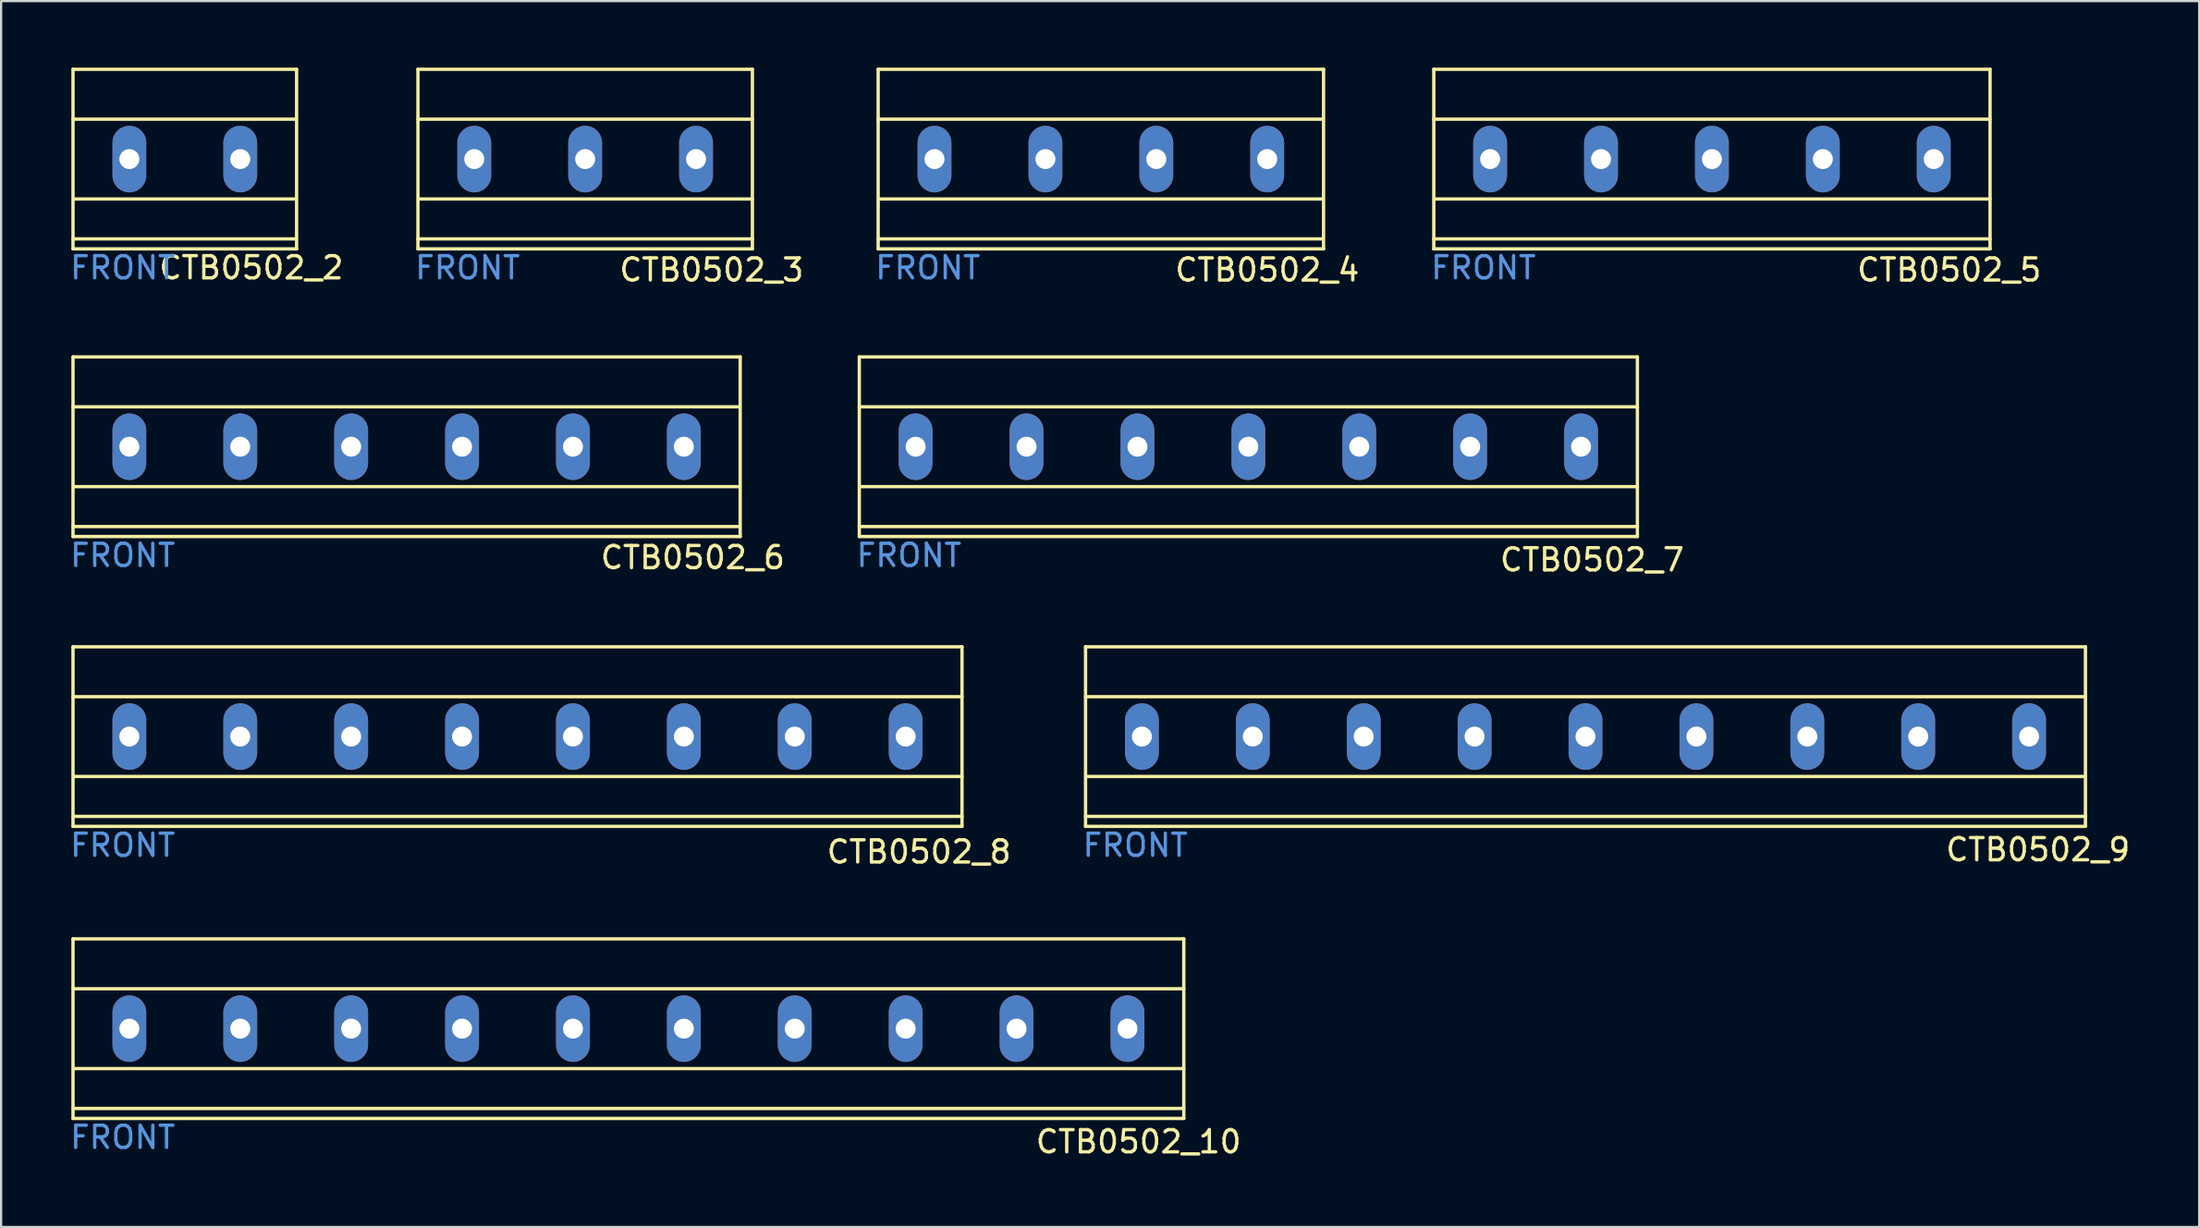
<source format=kicad_pcb>
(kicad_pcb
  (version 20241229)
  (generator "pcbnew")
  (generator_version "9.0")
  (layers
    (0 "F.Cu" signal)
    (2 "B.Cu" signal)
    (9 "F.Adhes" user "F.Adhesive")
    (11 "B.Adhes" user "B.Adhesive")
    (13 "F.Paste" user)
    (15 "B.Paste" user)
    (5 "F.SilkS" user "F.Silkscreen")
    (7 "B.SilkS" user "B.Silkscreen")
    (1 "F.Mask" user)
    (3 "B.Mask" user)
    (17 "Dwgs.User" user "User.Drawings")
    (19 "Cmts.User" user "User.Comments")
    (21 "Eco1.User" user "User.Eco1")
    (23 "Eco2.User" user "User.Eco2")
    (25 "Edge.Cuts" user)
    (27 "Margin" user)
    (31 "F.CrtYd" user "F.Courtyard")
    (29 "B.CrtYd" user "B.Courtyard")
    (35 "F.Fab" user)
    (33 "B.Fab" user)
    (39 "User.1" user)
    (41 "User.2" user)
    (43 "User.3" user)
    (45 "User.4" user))
  (footprint "CTB0502_10"
    (layer "F.Cu")
    (at 2.782 43.345)
    (property "Reference" "CTB0502_10" (at 45.5 5.1 0) (layer "F.SilkS") (effects (font (size 1 1) (thickness 0.15))))
    (attr through_hole)
    (fp_line (start -2.54 -4.05) (end 47.54 -4.05) (stroke (width 0.15) (type solid)) (layer "F.SilkS"))
    (fp_line (start -2.54 -1.8) (end 47.54 -1.8) (stroke (width 0.15) (type solid)) (layer "F.SilkS"))
    (fp_line (start -2.54 3.6) (end 47.54 3.6) (stroke (width 0.15) (type solid)) (layer "F.SilkS"))
    (fp_line (start -2.54 4.05) (end -2.54 -4.05) (stroke (width 0.15) (type solid)) (layer "F.SilkS"))
    (fp_line (start -2.5 1.8) (end 47.54 1.8) (stroke (width 0.15) (type solid)) (layer "F.SilkS"))
    (fp_line (start 47.54 -4.05) (end 47.54 4.05) (stroke (width 0.15) (type solid)) (layer "F.SilkS"))
    (fp_line (start 47.54 4.05) (end -2.54 4.05) (stroke (width 0.15) (type solid)) (layer "F.SilkS"))
    (fp_text user "FRONT" (at -0.3 4.9 0) (layer "Cmts.User") (effects (font (size 1 1) (thickness 0.15))))
    (pad "1" thru_hole oval (at 0 0) (size 1.524 3) (drill 0.9) (layers "*.Cu" "*.Mask"))
    (pad "2" thru_hole oval (at 5 0) (size 1.524 3) (drill 0.9) (layers "*.Cu" "*.Mask"))
    (pad "3" thru_hole oval (at 10 0) (size 1.524 3) (drill 0.9) (layers "*.Cu" "*.Mask"))
    (pad "4" thru_hole oval (at 15 0) (size 1.524 3) (drill 0.9) (layers "*.Cu" "*.Mask"))
    (pad "5" thru_hole oval (at 20 0) (size 1.524 3) (drill 0.9) (layers "*.Cu" "*.Mask"))
    (pad "6" thru_hole oval (at 25 0) (size 1.524 3) (drill 0.9) (layers "*.Cu" "*.Mask"))
    (pad "7" thru_hole oval (at 30 0) (size 1.524 3) (drill 0.9) (layers "*.Cu" "*.Mask"))
    (pad "8" thru_hole oval (at 35 0) (size 1.524 3) (drill 0.9) (layers "*.Cu" "*.Mask"))
    (pad "9" thru_hole oval (at 40 0) (size 1.524 3) (drill 0.9) (layers "*.Cu" "*.Mask"))
    (pad "10" thru_hole oval (at 45 0) (size 1.524 3) (drill 0.9) (layers "*.Cu" "*.Mask")))
  (footprint "CTB0502_7"
    (layer "F.Cu")
    (at 38.232 17.098)
    (property "Reference" "CTB0502_7" (at 30.5 5.1 0) (layer "F.SilkS") (effects (font (size 1 1) (thickness 0.15))))
    (attr through_hole)
    (fp_line (start -2.54 -4.05) (end 32.54 -4.05) (stroke (width 0.15) (type solid)) (layer "F.SilkS"))
    (fp_line (start -2.54 -1.8) (end 32.54 -1.8) (stroke (width 0.15) (type solid)) (layer "F.SilkS"))
    (fp_line (start -2.54 3.6) (end 32.54 3.6) (stroke (width 0.15) (type solid)) (layer "F.SilkS"))
    (fp_line (start -2.54 4.05) (end -2.54 -4.05) (stroke (width 0.15) (type solid)) (layer "F.SilkS"))
    (fp_line (start -2.5 1.8) (end 32.54 1.8) (stroke (width 0.15) (type solid)) (layer "F.SilkS"))
    (fp_line (start 32.54 -4.05) (end 32.54 4.05) (stroke (width 0.15) (type solid)) (layer "F.SilkS"))
    (fp_line (start 32.54 4.05) (end -2.54 4.05) (stroke (width 0.15) (type solid)) (layer "F.SilkS"))
    (fp_text user "FRONT" (at -0.3 4.9 0) (layer "Cmts.User") (effects (font (size 1 1) (thickness 0.15))))
    (pad "1" thru_hole oval (at 0 0) (size 1.524 3) (drill 0.9) (layers "*.Cu" "*.Mask"))
    (pad "2" thru_hole oval (at 5 0) (size 1.524 3) (drill 0.9) (layers "*.Cu" "*.Mask"))
    (pad "3" thru_hole oval (at 10 0) (size 1.524 3) (drill 0.9) (layers "*.Cu" "*.Mask"))
    (pad "4" thru_hole oval (at 15 0) (size 1.524 3) (drill 0.9) (layers "*.Cu" "*.Mask"))
    (pad "5" thru_hole oval (at 20 0) (size 1.524 3) (drill 0.9) (layers "*.Cu" "*.Mask"))
    (pad "6" thru_hole oval (at 25 0) (size 1.524 3) (drill 0.9) (layers "*.Cu" "*.Mask"))
    (pad "7" thru_hole oval (at 30 0) (size 1.524 3) (drill 0.9) (layers "*.Cu" "*.Mask")))
  (footprint "CTB0502_8"
    (layer "F.Cu")
    (at 2.782 30.172)
    (property "Reference" "CTB0502_8" (at 35.6 5.2 0) (layer "F.SilkS") (effects (font (size 1 1) (thickness 0.15))))
    (attr through_hole)
    (fp_line (start -2.54 -4.05) (end 37.54 -4.05) (stroke (width 0.15) (type solid)) (layer "F.SilkS"))
    (fp_line (start -2.54 -1.8) (end 37.54 -1.8) (stroke (width 0.15) (type solid)) (layer "F.SilkS"))
    (fp_line (start -2.54 3.6) (end 37.54 3.6) (stroke (width 0.15) (type solid)) (layer "F.SilkS"))
    (fp_line (start -2.54 4.05) (end -2.54 -4.05) (stroke (width 0.15) (type solid)) (layer "F.SilkS"))
    (fp_line (start -2.5 1.8) (end 37.54 1.8) (stroke (width 0.15) (type solid)) (layer "F.SilkS"))
    (fp_line (start 37.54 -4.05) (end 37.54 4.05) (stroke (width 0.15) (type solid)) (layer "F.SilkS"))
    (fp_line (start 37.54 4.05) (end -2.54 4.05) (stroke (width 0.15) (type solid)) (layer "F.SilkS"))
    (fp_text user "FRONT" (at -0.3 4.9 0) (layer "Cmts.User") (effects (font (size 1 1) (thickness 0.15))))
    (pad "1" thru_hole oval (at 0 0) (size 1.524 3) (drill 0.9) (layers "*.Cu" "*.Mask"))
    (pad "2" thru_hole oval (at 5 0) (size 1.524 3) (drill 0.9) (layers "*.Cu" "*.Mask"))
    (pad "3" thru_hole oval (at 10 0) (size 1.524 3) (drill 0.9) (layers "*.Cu" "*.Mask"))
    (pad "4" thru_hole oval (at 15 0) (size 1.524 3) (drill 0.9) (layers "*.Cu" "*.Mask"))
    (pad "5" thru_hole oval (at 20 0) (size 1.524 3) (drill 0.9) (layers "*.Cu" "*.Mask"))
    (pad "6" thru_hole oval (at 25 0) (size 1.524 3) (drill 0.9) (layers "*.Cu" "*.Mask"))
    (pad "7" thru_hole oval (at 30 0) (size 1.524 3) (drill 0.9) (layers "*.Cu" "*.Mask"))
    (pad "8" thru_hole oval (at 35 0) (size 1.524 3) (drill 0.9) (layers "*.Cu" "*.Mask")))
  (footprint "CTB0502_5"
    (layer "F.Cu")
    (at 64.132 4.125)
    (property "Reference" "CTB0502_5" (at 20.7 5 0) (layer "F.SilkS") (effects (font (size 1 1) (thickness 0.15))))
    (attr through_hole)
    (fp_line (start -2.54 -4.05) (end 22.54 -4.05) (stroke (width 0.15) (type solid)) (layer "F.SilkS"))
    (fp_line (start -2.54 -1.8) (end 22.54 -1.8) (stroke (width 0.15) (type solid)) (layer "F.SilkS"))
    (fp_line (start -2.54 3.6) (end 22.54 3.6) (stroke (width 0.15) (type solid)) (layer "F.SilkS"))
    (fp_line (start -2.54 4.05) (end -2.54 -4.05) (stroke (width 0.15) (type solid)) (layer "F.SilkS"))
    (fp_line (start -2.5 1.8) (end 22.54 1.8) (stroke (width 0.15) (type solid)) (layer "F.SilkS"))
    (fp_line (start 22.54 -4.05) (end 22.54 4.05) (stroke (width 0.15) (type solid)) (layer "F.SilkS"))
    (fp_line (start 22.54 4.05) (end -2.54 4.05) (stroke (width 0.15) (type solid)) (layer "F.SilkS"))
    (fp_text user "FRONT" (at -0.3 4.9 0) (layer "Cmts.User") (effects (font (size 1 1) (thickness 0.15))))
    (pad "1" thru_hole oval (at 0 0) (size 1.524 3) (drill 0.9) (layers "*.Cu" "*.Mask"))
    (pad "2" thru_hole oval (at 5 0) (size 1.524 3) (drill 0.9) (layers "*.Cu" "*.Mask"))
    (pad "3" thru_hole oval (at 10 0) (size 1.524 3) (drill 0.9) (layers "*.Cu" "*.Mask"))
    (pad "4" thru_hole oval (at 15 0) (size 1.524 3) (drill 0.9) (layers "*.Cu" "*.Mask"))
    (pad "5" thru_hole oval (at 20 0) (size 1.524 3) (drill 0.9) (layers "*.Cu" "*.Mask")))
  (footprint "CTB0502_3"
    (layer "F.Cu")
    (at 18.332 4.125)
    (property "Reference" "CTB0502_3" (at 10.7 5 0) (layer "F.SilkS") (effects (font (size 1 1) (thickness 0.15))))
    (attr through_hole)
    (fp_line (start -2.54 -4.05) (end 12.54 -4.05) (stroke (width 0.15) (type solid)) (layer "F.SilkS"))
    (fp_line (start -2.54 -1.8) (end 12.54 -1.8) (stroke (width 0.15) (type solid)) (layer "F.SilkS"))
    (fp_line (start -2.54 3.6) (end 12.54 3.6) (stroke (width 0.15) (type solid)) (layer "F.SilkS"))
    (fp_line (start -2.54 4.05) (end -2.54 -4.05) (stroke (width 0.15) (type solid)) (layer "F.SilkS"))
    (fp_line (start -2.5 1.8) (end 12.54 1.8) (stroke (width 0.15) (type solid)) (layer "F.SilkS"))
    (fp_line (start 12.54 -4.05) (end 12.54 4.05) (stroke (width 0.15) (type solid)) (layer "F.SilkS"))
    (fp_line (start 12.54 4.05) (end -2.54 4.05) (stroke (width 0.15) (type solid)) (layer "F.SilkS"))
    (fp_text user "FRONT" (at -0.3 4.9 0) (layer "Cmts.User") (effects (font (size 1 1) (thickness 0.15))))
    (pad "1" thru_hole oval (at 0 0) (size 1.524 3) (drill 0.9) (layers "*.Cu" "*.Mask"))
    (pad "2" thru_hole oval (at 5 0) (size 1.524 3) (drill 0.9) (layers "*.Cu" "*.Mask"))
    (pad "3" thru_hole oval (at 10 0) (size 1.524 3) (drill 0.9) (layers "*.Cu" "*.Mask")))
  (footprint "CTB0502_6"
    (layer "F.Cu")
    (at 2.782 17.098)
    (property "Reference" "CTB0502_6" (at 25.4 5 0) (layer "F.SilkS") (effects (font (size 1 1) (thickness 0.15))))
    (attr through_hole)
    (fp_line (start -2.54 -4.05) (end 27.54 -4.05) (stroke (width 0.15) (type solid)) (layer "F.SilkS"))
    (fp_line (start -2.54 -1.8) (end 27.5 -1.8) (stroke (width 0.15) (type solid)) (layer "F.SilkS"))
    (fp_line (start -2.54 3.6) (end 27.5 3.6) (stroke (width 0.15) (type solid)) (layer "F.SilkS"))
    (fp_line (start -2.54 4.05) (end -2.54 -4.05) (stroke (width 0.15) (type solid)) (layer "F.SilkS"))
    (fp_line (start -2.5 1.8) (end 27.5 1.8) (stroke (width 0.15) (type solid)) (layer "F.SilkS"))
    (fp_line (start 27.54 -4.05) (end 27.54 4.05) (stroke (width 0.15) (type solid)) (layer "F.SilkS"))
    (fp_line (start 27.54 4.05) (end -2.54 4.05) (stroke (width 0.15) (type solid)) (layer "F.SilkS"))
    (fp_text user "FRONT" (at -0.3 4.9 0) (layer "Cmts.User") (effects (font (size 1 1) (thickness 0.15))))
    (pad "1" thru_hole oval (at 0 0) (size 1.524 3) (drill 0.9) (layers "*.Cu" "*.Mask"))
    (pad "2" thru_hole oval (at 5 0) (size 1.524 3) (drill 0.9) (layers "*.Cu" "*.Mask"))
    (pad "3" thru_hole oval (at 10 0) (size 1.524 3) (drill 0.9) (layers "*.Cu" "*.Mask"))
    (pad "4" thru_hole oval (at 15 0) (size 1.524 3) (drill 0.9) (layers "*.Cu" "*.Mask"))
    (pad "5" thru_hole oval (at 20 0) (size 1.524 3) (drill 0.9) (layers "*.Cu" "*.Mask"))
    (pad "6" thru_hole oval (at 25 0) (size 1.524 3) (drill 0.9) (layers "*.Cu" "*.Mask")))
  (footprint "CTB0502_9"
    (layer "F.Cu")
    (at 48.432 30.172)
    (property "Reference" "CTB0502_9" (at 40.4 5.1 0) (layer "F.SilkS") (effects (font (size 1 1) (thickness 0.15))))
    (attr through_hole)
    (fp_line (start -2.54 -4.05) (end 42.54 -4.05) (stroke (width 0.15) (type solid)) (layer "F.SilkS"))
    (fp_line (start -2.54 -1.8) (end 42.54 -1.8) (stroke (width 0.15) (type solid)) (layer "F.SilkS"))
    (fp_line (start -2.54 3.6) (end 42.54 3.6) (stroke (width 0.15) (type solid)) (layer "F.SilkS"))
    (fp_line (start -2.54 4.05) (end -2.54 -4.05) (stroke (width 0.15) (type solid)) (layer "F.SilkS"))
    (fp_line (start -2.5 1.8) (end 42.54 1.8) (stroke (width 0.15) (type solid)) (layer "F.SilkS"))
    (fp_line (start 42.54 -4.05) (end 42.54 4.05) (stroke (width 0.15) (type solid)) (layer "F.SilkS"))
    (fp_line (start 42.54 4.05) (end -2.54 4.05) (stroke (width 0.15) (type solid)) (layer "F.SilkS"))
    (fp_text user "FRONT" (at -0.3 4.9 0) (layer "Cmts.User") (effects (font (size 1 1) (thickness 0.15))))
    (pad "1" thru_hole oval (at 0 0) (size 1.524 3) (drill 0.9) (layers "*.Cu" "*.Mask"))
    (pad "2" thru_hole oval (at 5 0) (size 1.524 3) (drill 0.9) (layers "*.Cu" "*.Mask"))
    (pad "3" thru_hole oval (at 10 0) (size 1.524 3) (drill 0.9) (layers "*.Cu" "*.Mask"))
    (pad "4" thru_hole oval (at 15 0) (size 1.524 3) (drill 0.9) (layers "*.Cu" "*.Mask"))
    (pad "5" thru_hole oval (at 20 0) (size 1.524 3) (drill 0.9) (layers "*.Cu" "*.Mask"))
    (pad "6" thru_hole oval (at 25 0) (size 1.524 3) (drill 0.9) (layers "*.Cu" "*.Mask"))
    (pad "7" thru_hole oval (at 30 0) (size 1.524 3) (drill 0.9) (layers "*.Cu" "*.Mask"))
    (pad "8" thru_hole oval (at 35 0) (size 1.524 3) (drill 0.9) (layers "*.Cu" "*.Mask"))
    (pad "9" thru_hole oval (at 40 0) (size 1.524 3) (drill 0.9) (layers "*.Cu" "*.Mask")))
  (footprint "CTB0502_2"
    (layer "F.Cu")
    (at 2.782 4.125)
    (property "Reference" "CTB0502_2" (at 5.5 4.9 0) (layer "F.SilkS") (effects (font (size 1 1) (thickness 0.15))))
    (attr through_hole)
    (fp_line (start -2.54 -4.05) (end 7.54 -4.05) (stroke (width 0.15) (type solid)) (layer "F.SilkS"))
    (fp_line (start -2.54 -1.8) (end 7.5 -1.8) (stroke (width 0.15) (type solid)) (layer "F.SilkS"))
    (fp_line (start -2.54 3.6) (end 7.5 3.6) (stroke (width 0.15) (type solid)) (layer "F.SilkS"))
    (fp_line (start -2.54 4.05) (end -2.54 -4.05) (stroke (width 0.15) (type solid)) (layer "F.SilkS"))
    (fp_line (start -2.5 1.8) (end 7.5 1.8) (stroke (width 0.15) (type solid)) (layer "F.SilkS"))
    (fp_line (start 7.54 -4.05) (end 7.54 4.05) (stroke (width 0.15) (type solid)) (layer "F.SilkS"))
    (fp_line (start 7.54 4.05) (end -2.54 4.05) (stroke (width 0.15) (type solid)) (layer "F.SilkS"))
    (fp_text user "FRONT" (at -0.3 4.9 0) (layer "Cmts.User") (effects (font (size 1 1) (thickness 0.15))))
    (pad "1" thru_hole oval (at 0 0) (size 1.524 3) (drill 0.9) (layers "*.Cu" "*.Mask"))
    (pad "2" thru_hole oval (at 5 0) (size 1.524 3) (drill 0.9) (layers "*.Cu" "*.Mask")))
  (footprint "CTB0502_4"
    (layer "F.Cu")
    (at 39.082 4.125)
    (property "Reference" "CTB0502_4" (at 15 5 0) (layer "F.SilkS") (effects (font (size 1 1) (thickness 0.15))))
    (attr through_hole)
    (fp_line (start -2.54 -4.05) (end 17.54 -4.05) (stroke (width 0.15) (type solid)) (layer "F.SilkS"))
    (fp_line (start -2.54 -1.8) (end 17.5 -1.8) (stroke (width 0.15) (type solid)) (layer "F.SilkS"))
    (fp_line (start -2.54 3.6) (end 17.5 3.6) (stroke (width 0.15) (type solid)) (layer "F.SilkS"))
    (fp_line (start -2.54 4.05) (end -2.54 -4.05) (stroke (width 0.15) (type solid)) (layer "F.SilkS"))
    (fp_line (start -2.5 1.8) (end 17.5 1.8) (stroke (width 0.15) (type solid)) (layer "F.SilkS"))
    (fp_line (start 17.54 -4.05) (end 17.54 4.05) (stroke (width 0.15) (type solid)) (layer "F.SilkS"))
    (fp_line (start 17.54 4.05) (end -2.54 4.05) (stroke (width 0.15) (type solid)) (layer "F.SilkS"))
    (fp_text user "FRONT" (at -0.3 4.9 0) (layer "Cmts.User") (effects (font (size 1 1) (thickness 0.15))))
    (pad "1" thru_hole oval (at 0 0) (size 1.524 3) (drill 0.9) (layers "*.Cu" "*.Mask"))
    (pad "2" thru_hole oval (at 5 0) (size 1.524 3) (drill 0.9) (layers "*.Cu" "*.Mask"))
    (pad "3" thru_hole oval (at 10 0) (size 1.524 3) (drill 0.9) (layers "*.Cu" "*.Mask"))
    (pad "4" thru_hole oval (at 15 0) (size 1.524 3) (drill 0.9) (layers "*.Cu" "*.Mask")))
  (gr_rect
    (start -3 -3)
    (end 96.1 52.293)
    (stroke (width 0.1) (type default))
    (fill no)
    (layer "Edge.Cuts")))
</source>
